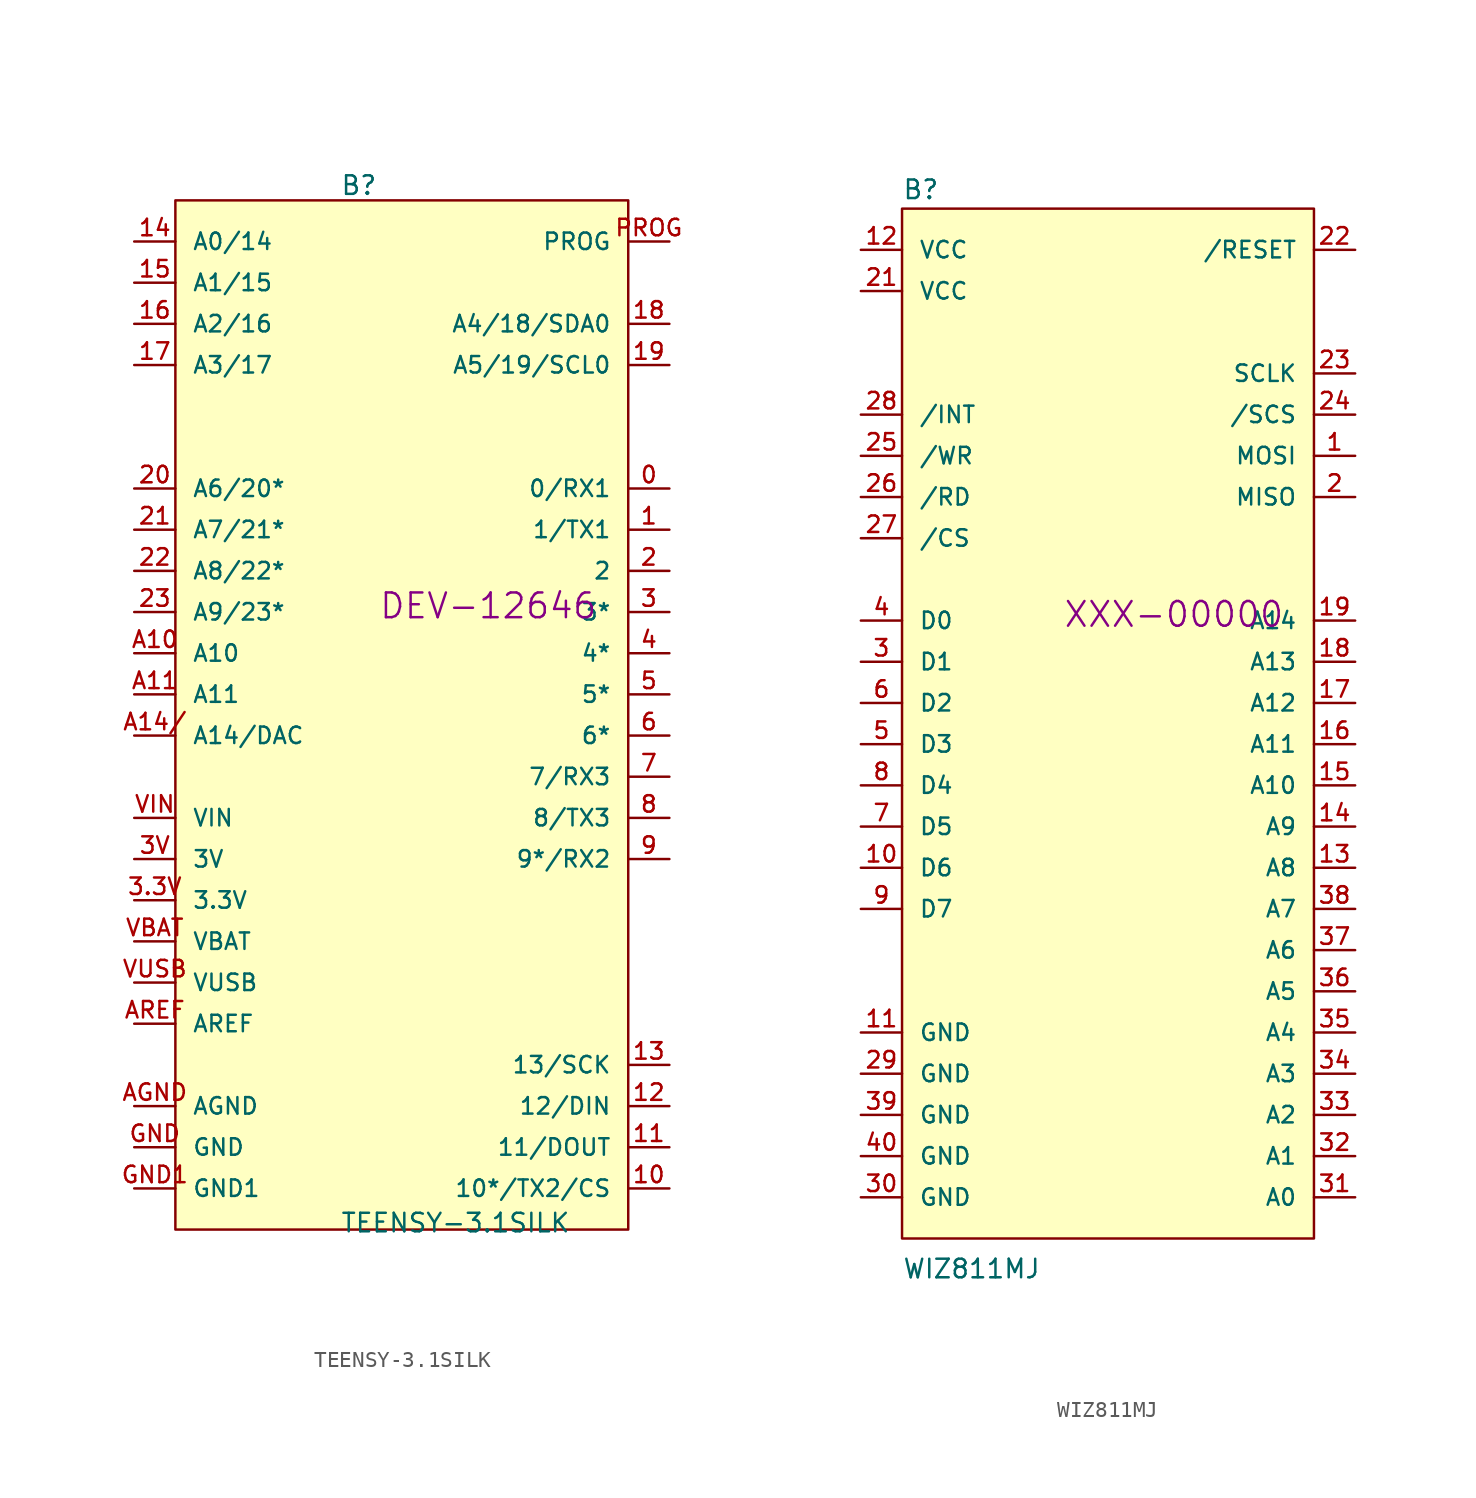
<source format=kicad_sym>
(kicad_symbol_lib
  (version 20201005)
  (generator kicad_symbol_editor)
  (symbol "TEENSY-3.1SILK"
    (pin_names
      (offset 1.016))
    (property "Reference" "B"
      (at -5.08 30.734 0)
      (effects (font (size 1.143 1.143)) (justify left bottom)))
    (property "Value" "TEENSY-3.1SILK"
      (at -5.08 -33.274 0)
      (effects (font (size 1.143 1.143)) (justify left bottom)))
    (property "Field4" "DEV-12646"
      (at 4.064 5.461 0)
      (effects (font (size 1.524 1.524))))
    (property "ki_locked" ""
      (at 0 0 0)
      (effects (font (size 1.27 1.27))))
    (symbol "TEENSY-3.1SILK_1_1"
      (polyline (pts (xy -15.24 -33.02) (xy -15.24 30.48) (xy 12.7 30.48) (xy 12.7 -33.02) (xy -15.24 -33.02)) (stroke (width 0)) (fill (type background)))
      (pin bidirectional line (at 15.24 12.7 180) (length 2.54) (name "0/RX1" (effects (font (size 1.016 1.016)))) (number "0" (effects (font (size 1.016 1.016)))))
      (pin bidirectional line (at 15.24 10.16 180) (length 2.54) (name "1/TX1" (effects (font (size 1.016 1.016)))) (number "1" (effects (font (size 1.016 1.016)))))
      (pin bidirectional line (at 15.24 7.62 180) (length 2.54) (name "2" (effects (font (size 1.016 1.016)))) (number "2" (effects (font (size 1.016 1.016)))))
      (pin bidirectional line (at 15.24 5.08 180) (length 2.54) (name "3*" (effects (font (size 1.016 1.016)))) (number "3" (effects (font (size 1.016 1.016)))))
      (pin bidirectional line (at 15.24 2.54 180) (length 2.54) (name "4*" (effects (font (size 1.016 1.016)))) (number "4" (effects (font (size 1.016 1.016)))))
      (pin bidirectional line (at 15.24 0 180) (length 2.54) (name "5*" (effects (font (size 1.016 1.016)))) (number "5" (effects (font (size 1.016 1.016)))))
      (pin bidirectional line (at 15.24 -2.54 180) (length 2.54) (name "6*" (effects (font (size 1.016 1.016)))) (number "6" (effects (font (size 1.016 1.016)))))
      (pin bidirectional line (at 15.24 -5.08 180) (length 2.54) (name "7/RX3" (effects (font (size 1.016 1.016)))) (number "7" (effects (font (size 1.016 1.016)))))
      (pin bidirectional line (at 15.24 -7.62 180) (length 2.54) (name "8/TX3" (effects (font (size 1.016 1.016)))) (number "8" (effects (font (size 1.016 1.016)))))
      (pin bidirectional line (at 15.24 -10.16 180) (length 2.54) (name "9*/RX2" (effects (font (size 1.016 1.016)))) (number "9" (effects (font (size 1.016 1.016)))))
      (pin bidirectional line (at 15.24 -30.48 180) (length 2.54) (name "10*/TX2/CS" (effects (font (size 1.016 1.016)))) (number "10" (effects (font (size 1.016 1.016)))))
      (pin bidirectional line (at -17.78 12.7 0) (length 2.54) (name "A6/20*" (effects (font (size 1.016 1.016)))) (number "20" (effects (font (size 1.016 1.016)))))
      (pin bidirectional line (at 15.24 -27.94 180) (length 2.54) (name "11/DOUT" (effects (font (size 1.016 1.016)))) (number "11" (effects (font (size 1.016 1.016)))))
      (pin bidirectional line (at -17.78 10.16 0) (length 2.54) (name "A7/21*" (effects (font (size 1.016 1.016)))) (number "21" (effects (font (size 1.016 1.016)))))
      (pin bidirectional line (at 15.24 -25.4 180) (length 2.54) (name "12/DIN" (effects (font (size 1.016 1.016)))) (number "12" (effects (font (size 1.016 1.016)))))
      (pin bidirectional line (at -17.78 7.62 0) (length 2.54) (name "A8/22*" (effects (font (size 1.016 1.016)))) (number "22" (effects (font (size 1.016 1.016)))))
      (pin bidirectional line (at 15.24 -22.86 180) (length 2.54) (name "13/SCK" (effects (font (size 1.016 1.016)))) (number "13" (effects (font (size 1.016 1.016)))))
      (pin bidirectional line (at -17.78 5.08 0) (length 2.54) (name "A9/23*" (effects (font (size 1.016 1.016)))) (number "23" (effects (font (size 1.016 1.016)))))
      (pin bidirectional line (at -17.78 27.94 0) (length 2.54) (name "A0/14" (effects (font (size 1.016 1.016)))) (number "14" (effects (font (size 1.016 1.016)))))
      (pin bidirectional line (at -17.78 25.4 0) (length 2.54) (name "A1/15" (effects (font (size 1.016 1.016)))) (number "15" (effects (font (size 1.016 1.016)))))
      (pin bidirectional line (at -17.78 22.86 0) (length 2.54) (name "A2/16" (effects (font (size 1.016 1.016)))) (number "16" (effects (font (size 1.016 1.016)))))
      (pin bidirectional line (at -17.78 20.32 0) (length 2.54) (name "A3/17" (effects (font (size 1.016 1.016)))) (number "17" (effects (font (size 1.016 1.016)))))
      (pin bidirectional line (at 15.24 22.86 180) (length 2.54) (name "A4/18/SDA0" (effects (font (size 1.016 1.016)))) (number "18" (effects (font (size 1.016 1.016)))))
      (pin bidirectional line (at 15.24 20.32 180) (length 2.54) (name "A5/19/SCL0" (effects (font (size 1.016 1.016)))) (number "19" (effects (font (size 1.016 1.016)))))
      (pin power_in line (at -17.78 -10.16 0) (length 2.54) (name "3V" (effects (font (size 1.016 1.016)))) (number "3V" (effects (font (size 1.016 1.016)))))
      (pin bidirectional line (at -17.78 2.54 0) (length 2.54) (name "A10" (effects (font (size 1.016 1.016)))) (number "A10" (effects (font (size 1.016 1.016)))))
      (pin bidirectional line (at -17.78 0 0) (length 2.54) (name "A11" (effects (font (size 1.016 1.016)))) (number "A11" (effects (font (size 1.016 1.016)))))
      (pin power_in line (at -17.78 -27.94 0) (length 2.54) (name "GND" (effects (font (size 1.016 1.016)))) (number "GND" (effects (font (size 1.016 1.016)))))
      (pin power_in line (at -17.78 -7.62 0) (length 2.54) (name "VIN" (effects (font (size 1.016 1.016)))) (number "VIN" (effects (font (size 1.016 1.016)))))
      (pin bidirectional line (at -17.78 -2.54 0) (length 2.54) (name "A14/DAC" (effects (font (size 1.016 1.016)))) (number "A14/" (effects (font (size 1.016 1.016)))))
      (pin power_in line (at -17.78 -30.48 0) (length 2.54) (name "GND1" (effects (font (size 1.016 1.016)))) (number "GND1" (effects (font (size 1.016 1.016)))))
      (pin power_in line (at -17.78 -17.78 0) (length 2.54) (name "VUSB" (effects (font (size 1.016 1.016)))) (number "VUSB" (effects (font (size 1.016 1.016)))))
      (pin power_in line (at -17.78 -25.4 0) (length 2.54) (name "AGND" (effects (font (size 1.016 1.016)))) (number "AGND" (effects (font (size 1.016 1.016)))))
      (pin bidirectional line (at -17.78 -20.32 0) (length 2.54) (name "AREF" (effects (font (size 1.016 1.016)))) (number "AREF" (effects (font (size 1.016 1.016)))))
      (pin bidirectional line (at 15.24 27.94 180) (length 2.54) (name "PROG" (effects (font (size 1.016 1.016)))) (number "PROG" (effects (font (size 1.016 1.016)))))
      (pin power_in line (at -17.78 -15.24 0) (length 2.54) (name "VBAT" (effects (font (size 1.016 1.016)))) (number "VBAT" (effects (font (size 1.016 1.016)))))
      (pin power_in line (at -17.78 -12.7 0) (length 2.54) (name "3.3V" (effects (font (size 1.016 1.016)))) (number "3.3V" (effects (font (size 1.016 1.016)))))))
  (symbol "WIZ811MJ"
    (pin_names
      (offset 1.016))
    (property "Reference" "B"
      (at -12.7 30.988 0)
      (effects (font (size 1.143 1.143)) (justify left bottom)))
    (property "Value" "WIZ811MJ"
      (at -12.7 -35.56 0)
      (effects (font (size 1.143 1.143)) (justify left bottom)))
    (property "Field4" "XXX-00000"
      (at 4.064 5.461 0)
      (effects (font (size 1.524 1.524))))
    (property "ki_locked" ""
      (at 0 0 0)
      (effects (font (size 1.27 1.27))))
    (symbol "WIZ811MJ_1_1"
      (polyline (pts (xy -12.7 30.48) (xy -12.7 -33.02) (xy 12.7 -33.02) (xy 12.7 30.48) (xy -12.7 30.48)) (stroke (width 0)) (fill (type background)))
      (pin bidirectional line (at 15.24 15.24 180) (length 2.54) (name "MOSI" (effects (font (size 1.016 1.016)))) (number "1" (effects (font (size 1.016 1.016)))))
      (pin bidirectional line (at 15.24 12.7 180) (length 2.54) (name "MISO" (effects (font (size 1.016 1.016)))) (number "2" (effects (font (size 1.016 1.016)))))
      (pin bidirectional line (at -15.24 2.54 0) (length 2.54) (name "D1" (effects (font (size 1.016 1.016)))) (number "3" (effects (font (size 1.016 1.016)))))
      (pin bidirectional line (at -15.24 5.08 0) (length 2.54) (name "D0" (effects (font (size 1.016 1.016)))) (number "4" (effects (font (size 1.016 1.016)))))
      (pin bidirectional line (at -15.24 -2.54 0) (length 2.54) (name "D3" (effects (font (size 1.016 1.016)))) (number "5" (effects (font (size 1.016 1.016)))))
      (pin bidirectional line (at -15.24 0 0) (length 2.54) (name "D2" (effects (font (size 1.016 1.016)))) (number "6" (effects (font (size 1.016 1.016)))))
      (pin bidirectional line (at -15.24 -7.62 0) (length 2.54) (name "D5" (effects (font (size 1.016 1.016)))) (number "7" (effects (font (size 1.016 1.016)))))
      (pin bidirectional line (at -15.24 -5.08 0) (length 2.54) (name "D4" (effects (font (size 1.016 1.016)))) (number "8" (effects (font (size 1.016 1.016)))))
      (pin bidirectional line (at -15.24 -12.7 0) (length 2.54) (name "D7" (effects (font (size 1.016 1.016)))) (number "9" (effects (font (size 1.016 1.016)))))
      (pin bidirectional line (at -15.24 -10.16 0) (length 2.54) (name "D6" (effects (font (size 1.016 1.016)))) (number "10" (effects (font (size 1.016 1.016)))))
      (pin bidirectional line (at -15.24 -30.48 0) (length 2.54) (name "GND" (effects (font (size 1.016 1.016)))) (number "30" (effects (font (size 1.016 1.016)))))
      (pin bidirectional line (at -15.24 -27.94 0) (length 2.54) (name "GND" (effects (font (size 1.016 1.016)))) (number "40" (effects (font (size 1.016 1.016)))))
      (pin bidirectional line (at -15.24 -20.32 0) (length 2.54) (name "GND" (effects (font (size 1.016 1.016)))) (number "11" (effects (font (size 1.016 1.016)))))
      (pin bidirectional line (at -15.24 25.4 0) (length 2.54) (name "VCC" (effects (font (size 1.016 1.016)))) (number "21" (effects (font (size 1.016 1.016)))))
      (pin bidirectional line (at 15.24 -30.48 180) (length 2.54) (name "A0" (effects (font (size 1.016 1.016)))) (number "31" (effects (font (size 1.016 1.016)))))
      (pin bidirectional line (at -15.24 27.94 0) (length 2.54) (name "VCC" (effects (font (size 1.016 1.016)))) (number "12" (effects (font (size 1.016 1.016)))))
      (pin bidirectional line (at 15.24 27.94 180) (length 2.54) (name "/RESET" (effects (font (size 1.016 1.016)))) (number "22" (effects (font (size 1.016 1.016)))))
      (pin bidirectional line (at 15.24 -27.94 180) (length 2.54) (name "A1" (effects (font (size 1.016 1.016)))) (number "32" (effects (font (size 1.016 1.016)))))
      (pin bidirectional line (at 15.24 -10.16 180) (length 2.54) (name "A8" (effects (font (size 1.016 1.016)))) (number "13" (effects (font (size 1.016 1.016)))))
      (pin bidirectional line (at 15.24 20.32 180) (length 2.54) (name "SCLK" (effects (font (size 1.016 1.016)))) (number "23" (effects (font (size 1.016 1.016)))))
      (pin bidirectional line (at 15.24 -25.4 180) (length 2.54) (name "A2" (effects (font (size 1.016 1.016)))) (number "33" (effects (font (size 1.016 1.016)))))
      (pin bidirectional line (at 15.24 -7.62 180) (length 2.54) (name "A9" (effects (font (size 1.016 1.016)))) (number "14" (effects (font (size 1.016 1.016)))))
      (pin bidirectional line (at 15.24 17.78 180) (length 2.54) (name "/SCS" (effects (font (size 1.016 1.016)))) (number "24" (effects (font (size 1.016 1.016)))))
      (pin bidirectional line (at 15.24 -22.86 180) (length 2.54) (name "A3" (effects (font (size 1.016 1.016)))) (number "34" (effects (font (size 1.016 1.016)))))
      (pin bidirectional line (at 15.24 -5.08 180) (length 2.54) (name "A10" (effects (font (size 1.016 1.016)))) (number "15" (effects (font (size 1.016 1.016)))))
      (pin bidirectional line (at -15.24 15.24 0) (length 2.54) (name "/WR" (effects (font (size 1.016 1.016)))) (number "25" (effects (font (size 1.016 1.016)))))
      (pin bidirectional line (at 15.24 -20.32 180) (length 2.54) (name "A4" (effects (font (size 1.016 1.016)))) (number "35" (effects (font (size 1.016 1.016)))))
      (pin bidirectional line (at 15.24 -2.54 180) (length 2.54) (name "A11" (effects (font (size 1.016 1.016)))) (number "16" (effects (font (size 1.016 1.016)))))
      (pin bidirectional line (at -15.24 12.7 0) (length 2.54) (name "/RD" (effects (font (size 1.016 1.016)))) (number "26" (effects (font (size 1.016 1.016)))))
      (pin bidirectional line (at 15.24 -17.78 180) (length 2.54) (name "A5" (effects (font (size 1.016 1.016)))) (number "36" (effects (font (size 1.016 1.016)))))
      (pin bidirectional line (at 15.24 0 180) (length 2.54) (name "A12" (effects (font (size 1.016 1.016)))) (number "17" (effects (font (size 1.016 1.016)))))
      (pin bidirectional line (at -15.24 10.16 0) (length 2.54) (name "/CS" (effects (font (size 1.016 1.016)))) (number "27" (effects (font (size 1.016 1.016)))))
      (pin bidirectional line (at 15.24 -15.24 180) (length 2.54) (name "A6" (effects (font (size 1.016 1.016)))) (number "37" (effects (font (size 1.016 1.016)))))
      (pin bidirectional line (at 15.24 2.54 180) (length 2.54) (name "A13" (effects (font (size 1.016 1.016)))) (number "18" (effects (font (size 1.016 1.016)))))
      (pin bidirectional line (at -15.24 17.78 0) (length 2.54) (name "/INT" (effects (font (size 1.016 1.016)))) (number "28" (effects (font (size 1.016 1.016)))))
      (pin bidirectional line (at 15.24 -12.7 180) (length 2.54) (name "A7" (effects (font (size 1.016 1.016)))) (number "38" (effects (font (size 1.016 1.016)))))
      (pin bidirectional line (at 15.24 5.08 180) (length 2.54) (name "A14" (effects (font (size 1.016 1.016)))) (number "19" (effects (font (size 1.016 1.016)))))
      (pin bidirectional line (at -15.24 -22.86 0) (length 2.54) (name "GND" (effects (font (size 1.016 1.016)))) (number "29" (effects (font (size 1.016 1.016)))))
      (pin bidirectional line (at -15.24 -25.4 0) (length 2.54) (name "GND" (effects (font (size 1.016 1.016)))) (number "39" (effects (font (size 1.016 1.016))))))))
</source>
